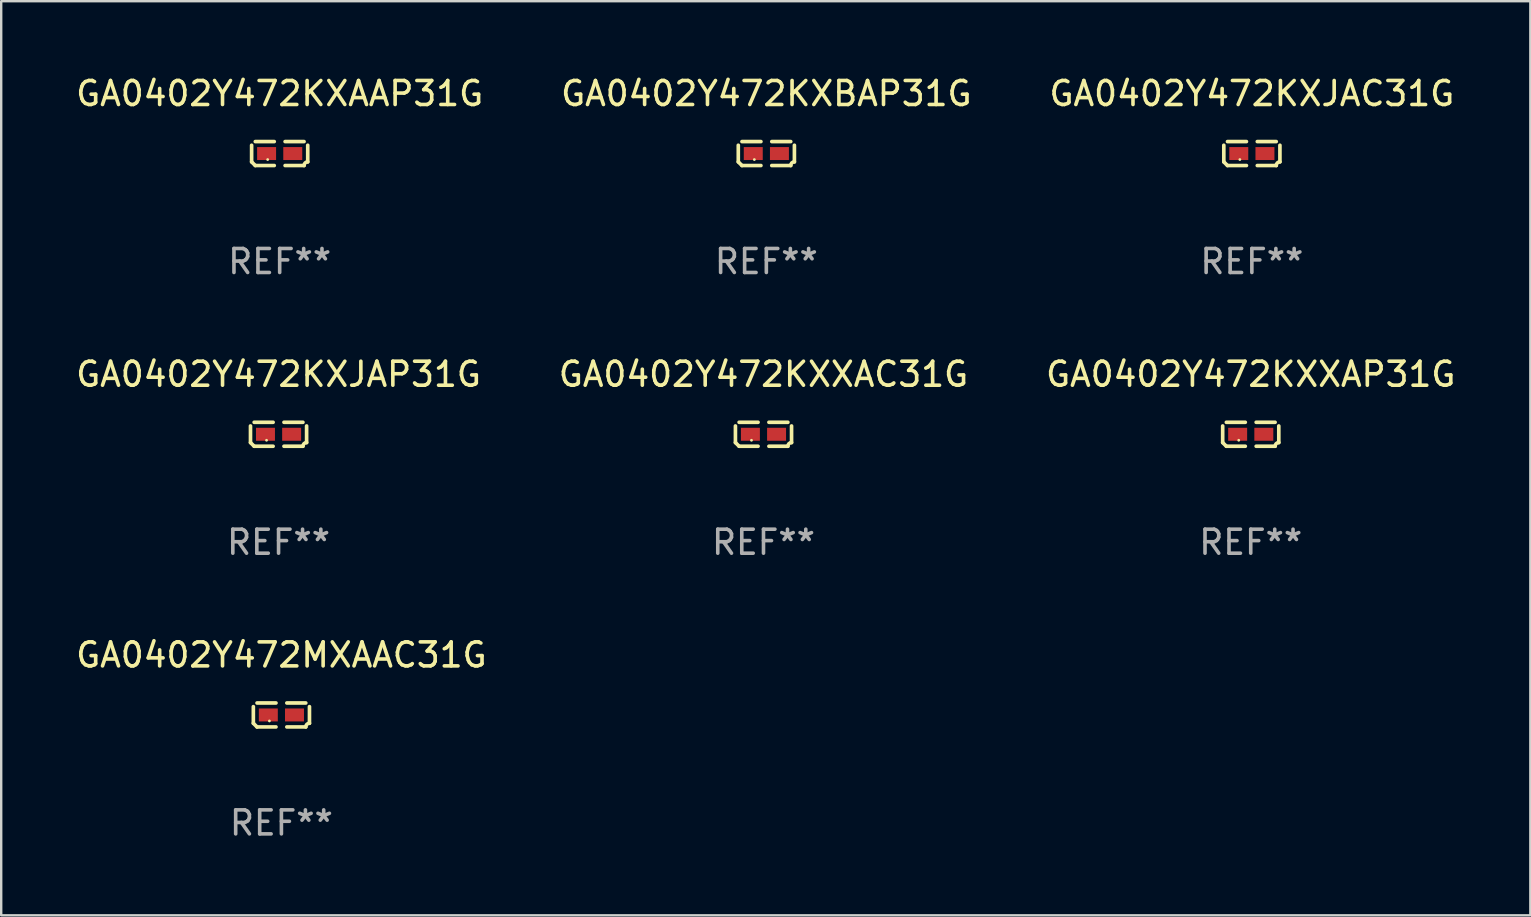
<source format=kicad_pcb>
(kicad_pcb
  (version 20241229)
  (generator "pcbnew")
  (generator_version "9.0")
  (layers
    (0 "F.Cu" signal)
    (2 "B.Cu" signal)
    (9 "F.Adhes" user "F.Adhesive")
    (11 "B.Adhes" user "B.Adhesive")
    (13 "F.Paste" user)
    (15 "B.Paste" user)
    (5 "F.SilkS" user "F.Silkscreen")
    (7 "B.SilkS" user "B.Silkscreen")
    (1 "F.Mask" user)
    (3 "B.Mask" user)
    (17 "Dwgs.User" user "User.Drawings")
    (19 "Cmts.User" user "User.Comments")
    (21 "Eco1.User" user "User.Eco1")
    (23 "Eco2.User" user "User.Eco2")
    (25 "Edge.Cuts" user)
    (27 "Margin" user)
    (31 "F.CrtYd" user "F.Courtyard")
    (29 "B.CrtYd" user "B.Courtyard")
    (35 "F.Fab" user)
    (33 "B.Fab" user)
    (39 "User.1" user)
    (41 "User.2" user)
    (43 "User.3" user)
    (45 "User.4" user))
  (footprint "GA0402Y472KXAAP31G"
    (layer "F.Cu")
    (at 8.601 3.347)
    (property "Reference" "GA0402Y472KXAAP31G" (at 0 -2.499 0) (layer "F.SilkS") (effects (font (size 1 1) (thickness 0.15))))
    (attr through_hole)
    (fp_line (start -1.169 0.346) (end -1.169 -0.346) (stroke (width 0.152) (type solid)) (layer "F.SilkS"))
    (fp_line (start -1.016 -0.499) (end -0.226 -0.499) (stroke (width 0.152) (type solid)) (layer "F.SilkS"))
    (fp_line (start -0.226 0.499) (end -1.016 0.499) (stroke (width 0.152) (type solid)) (layer "F.SilkS"))
    (fp_line (start 0.226 0.499) (end 1.016 0.499) (stroke (width 0.152) (type solid)) (layer "F.SilkS"))
    (fp_line (start 1.016 -0.499) (end 0.226 -0.499) (stroke (width 0.152) (type solid)) (layer "F.SilkS"))
    (fp_line (start 1.169 0.346) (end 1.169 -0.346) (stroke (width 0.152) (type solid)) (layer "F.SilkS"))
    (fp_arc (start -1.016307 0.498603) (mid -1.092512 0.422405) (end -1.16871 0.3462) (stroke (width 0.1524) (type solid)) (layer "F.SilkS"))
    (fp_arc (start 1.016307 0.498603) (mid 1.060899 0.390758) (end 1.168707 0.346076) (stroke (width 0.1524) (type solid)) (layer "F.SilkS"))
    (fp_circle (center -0.5 0.25) (end -0.47 0.25) (stroke (width 0.06) (type solid)) (fill no) (layer "F.SilkS"))
    (fp_text user "REF**" (at 0 4.499 0) (layer "F.Fab") (effects (font (size 1 1) (thickness 0.15))))
    (pad "1" smd rect (at -0.545 0) (size 0.79 0.54) (layers "F.Cu" "F.Mask" "F.Paste"))
    (pad "2" smd rect (at 0.545 0) (size 0.79 0.54) (layers "F.Cu" "F.Mask" "F.Paste")))
  (footprint "GA0402Y472KXXAP31G"
    (layer "F.Cu")
    (at 49.054 15.041)
    (property "Reference" "GA0402Y472KXXAP31G" (at 0 -2.499 0) (layer "F.SilkS") (effects (font (size 1 1) (thickness 0.15))))
    (attr through_hole)
    (fp_line (start -1.169 0.346) (end -1.169 -0.346) (stroke (width 0.152) (type solid)) (layer "F.SilkS"))
    (fp_line (start -1.016 -0.499) (end -0.226 -0.499) (stroke (width 0.152) (type solid)) (layer "F.SilkS"))
    (fp_line (start -0.226 0.499) (end -1.016 0.499) (stroke (width 0.152) (type solid)) (layer "F.SilkS"))
    (fp_line (start 0.226 0.499) (end 1.016 0.499) (stroke (width 0.152) (type solid)) (layer "F.SilkS"))
    (fp_line (start 1.016 -0.499) (end 0.226 -0.499) (stroke (width 0.152) (type solid)) (layer "F.SilkS"))
    (fp_line (start 1.169 0.346) (end 1.169 -0.346) (stroke (width 0.152) (type solid)) (layer "F.SilkS"))
    (fp_arc (start -1.016307 0.498603) (mid -1.092512 0.422405) (end -1.16871 0.3462) (stroke (width 0.1524) (type solid)) (layer "F.SilkS"))
    (fp_arc (start 1.016307 0.498603) (mid 1.060899 0.390758) (end 1.168707 0.346076) (stroke (width 0.1524) (type solid)) (layer "F.SilkS"))
    (fp_circle (center -0.5 0.25) (end -0.47 0.25) (stroke (width 0.06) (type solid)) (fill no) (layer "F.SilkS"))
    (fp_text user "REF**" (at 0 4.499 0) (layer "F.Fab") (effects (font (size 1 1) (thickness 0.15))))
    (pad "1" smd rect (at -0.545 0) (size 0.79 0.54) (layers "F.Cu" "F.Mask" "F.Paste"))
    (pad "2" smd rect (at 0.545 0) (size 0.79 0.54) (layers "F.Cu" "F.Mask" "F.Paste")))
  (footprint "GA0402Y472MXAAC31G"
    (layer "F.Cu")
    (at 8.673 26.734)
    (property "Reference" "GA0402Y472MXAAC31G" (at 0 -2.499 0) (layer "F.SilkS") (effects (font (size 1 1) (thickness 0.15))))
    (attr through_hole)
    (fp_line (start -1.169 0.346) (end -1.169 -0.346) (stroke (width 0.152) (type solid)) (layer "F.SilkS"))
    (fp_line (start -1.016 -0.499) (end -0.226 -0.499) (stroke (width 0.152) (type solid)) (layer "F.SilkS"))
    (fp_line (start -0.226 0.499) (end -1.016 0.499) (stroke (width 0.152) (type solid)) (layer "F.SilkS"))
    (fp_line (start 0.226 0.499) (end 1.016 0.499) (stroke (width 0.152) (type solid)) (layer "F.SilkS"))
    (fp_line (start 1.016 -0.499) (end 0.226 -0.499) (stroke (width 0.152) (type solid)) (layer "F.SilkS"))
    (fp_line (start 1.169 0.346) (end 1.169 -0.346) (stroke (width 0.152) (type solid)) (layer "F.SilkS"))
    (fp_arc (start -1.016307 0.498603) (mid -1.092512 0.422405) (end -1.16871 0.3462) (stroke (width 0.1524) (type solid)) (layer "F.SilkS"))
    (fp_arc (start 1.016307 0.498603) (mid 1.060899 0.390758) (end 1.168707 0.346076) (stroke (width 0.1524) (type solid)) (layer "F.SilkS"))
    (fp_circle (center -0.5 0.25) (end -0.47 0.25) (stroke (width 0.06) (type solid)) (fill no) (layer "F.SilkS"))
    (fp_text user "REF**" (at 0 4.499 0) (layer "F.Fab") (effects (font (size 1 1) (thickness 0.15))))
    (pad "1" smd rect (at -0.545 0) (size 0.79 0.54) (layers "F.Cu" "F.Mask" "F.Paste"))
    (pad "2" smd rect (at 0.545 0) (size 0.79 0.54) (layers "F.Cu" "F.Mask" "F.Paste")))
  (footprint "GA0402Y472KXJAP31G"
    (layer "F.Cu")
    (at 8.554 15.041)
    (property "Reference" "GA0402Y472KXJAP31G" (at 0 -2.499 0) (layer "F.SilkS") (effects (font (size 1 1) (thickness 0.15))))
    (attr through_hole)
    (fp_line (start -1.169 0.346) (end -1.169 -0.346) (stroke (width 0.152) (type solid)) (layer "F.SilkS"))
    (fp_line (start -1.016 -0.499) (end -0.226 -0.499) (stroke (width 0.152) (type solid)) (layer "F.SilkS"))
    (fp_line (start -0.226 0.499) (end -1.016 0.499) (stroke (width 0.152) (type solid)) (layer "F.SilkS"))
    (fp_line (start 0.226 0.499) (end 1.016 0.499) (stroke (width 0.152) (type solid)) (layer "F.SilkS"))
    (fp_line (start 1.016 -0.499) (end 0.226 -0.499) (stroke (width 0.152) (type solid)) (layer "F.SilkS"))
    (fp_line (start 1.169 0.346) (end 1.169 -0.346) (stroke (width 0.152) (type solid)) (layer "F.SilkS"))
    (fp_arc (start -1.016307 0.498603) (mid -1.092512 0.422405) (end -1.16871 0.3462) (stroke (width 0.1524) (type solid)) (layer "F.SilkS"))
    (fp_arc (start 1.016307 0.498603) (mid 1.060899 0.390758) (end 1.168707 0.346076) (stroke (width 0.1524) (type solid)) (layer "F.SilkS"))
    (fp_circle (center -0.5 0.25) (end -0.47 0.25) (stroke (width 0.06) (type solid)) (fill no) (layer "F.SilkS"))
    (fp_text user "REF**" (at 0 4.499 0) (layer "F.Fab") (effects (font (size 1 1) (thickness 0.15))))
    (pad "1" smd rect (at -0.545 0) (size 0.79 0.54) (layers "F.Cu" "F.Mask" "F.Paste"))
    (pad "2" smd rect (at 0.545 0) (size 0.79 0.54) (layers "F.Cu" "F.Mask" "F.Paste")))
  (footprint "GA0402Y472KXBAP31G"
    (layer "F.Cu")
    (at 28.875 3.347)
    (property "Reference" "GA0402Y472KXBAP31G" (at 0 -2.499 0) (layer "F.SilkS") (effects (font (size 1 1) (thickness 0.15))))
    (attr through_hole)
    (fp_line (start -1.169 0.346) (end -1.169 -0.346) (stroke (width 0.152) (type solid)) (layer "F.SilkS"))
    (fp_line (start -1.016 -0.499) (end -0.226 -0.499) (stroke (width 0.152) (type solid)) (layer "F.SilkS"))
    (fp_line (start -0.226 0.499) (end -1.016 0.499) (stroke (width 0.152) (type solid)) (layer "F.SilkS"))
    (fp_line (start 0.226 0.499) (end 1.016 0.499) (stroke (width 0.152) (type solid)) (layer "F.SilkS"))
    (fp_line (start 1.016 -0.499) (end 0.226 -0.499) (stroke (width 0.152) (type solid)) (layer "F.SilkS"))
    (fp_line (start 1.169 0.346) (end 1.169 -0.346) (stroke (width 0.152) (type solid)) (layer "F.SilkS"))
    (fp_arc (start -1.016307 0.498603) (mid -1.092512 0.422405) (end -1.16871 0.3462) (stroke (width 0.1524) (type solid)) (layer "F.SilkS"))
    (fp_arc (start 1.016307 0.498603) (mid 1.060899 0.390758) (end 1.168707 0.346076) (stroke (width 0.1524) (type solid)) (layer "F.SilkS"))
    (fp_circle (center -0.5 0.25) (end -0.47 0.25) (stroke (width 0.06) (type solid)) (fill no) (layer "F.SilkS"))
    (fp_text user "REF**" (at 0 4.499 0) (layer "F.Fab") (effects (font (size 1 1) (thickness 0.15))))
    (pad "1" smd rect (at -0.545 0) (size 0.79 0.54) (layers "F.Cu" "F.Mask" "F.Paste"))
    (pad "2" smd rect (at 0.545 0) (size 0.79 0.54) (layers "F.Cu" "F.Mask" "F.Paste")))
  (footprint "GA0402Y472KXJAC31G"
    (layer "F.Cu")
    (at 49.101 3.347)
    (property "Reference" "GA0402Y472KXJAC31G" (at 0 -2.499 0) (layer "F.SilkS") (effects (font (size 1 1) (thickness 0.15))))
    (attr through_hole)
    (fp_line (start -1.169 0.346) (end -1.169 -0.346) (stroke (width 0.152) (type solid)) (layer "F.SilkS"))
    (fp_line (start -1.016 -0.499) (end -0.226 -0.499) (stroke (width 0.152) (type solid)) (layer "F.SilkS"))
    (fp_line (start -0.226 0.499) (end -1.016 0.499) (stroke (width 0.152) (type solid)) (layer "F.SilkS"))
    (fp_line (start 0.226 0.499) (end 1.016 0.499) (stroke (width 0.152) (type solid)) (layer "F.SilkS"))
    (fp_line (start 1.016 -0.499) (end 0.226 -0.499) (stroke (width 0.152) (type solid)) (layer "F.SilkS"))
    (fp_line (start 1.169 0.346) (end 1.169 -0.346) (stroke (width 0.152) (type solid)) (layer "F.SilkS"))
    (fp_arc (start -1.016307 0.498603) (mid -1.092512 0.422405) (end -1.16871 0.3462) (stroke (width 0.1524) (type solid)) (layer "F.SilkS"))
    (fp_arc (start 1.016307 0.498603) (mid 1.060899 0.390758) (end 1.168707 0.346076) (stroke (width 0.1524) (type solid)) (layer "F.SilkS"))
    (fp_circle (center -0.5 0.25) (end -0.47 0.25) (stroke (width 0.06) (type solid)) (fill no) (layer "F.SilkS"))
    (fp_text user "REF**" (at 0 4.499 0) (layer "F.Fab") (effects (font (size 1 1) (thickness 0.15))))
    (pad "1" smd rect (at -0.545 0) (size 0.79 0.54) (layers "F.Cu" "F.Mask" "F.Paste"))
    (pad "2" smd rect (at 0.545 0) (size 0.79 0.54) (layers "F.Cu" "F.Mask" "F.Paste")))
  (footprint "GA0402Y472KXXAC31G"
    (layer "F.Cu")
    (at 28.756 15.041)
    (property "Reference" "GA0402Y472KXXAC31G" (at 0 -2.499 0) (layer "F.SilkS") (effects (font (size 1 1) (thickness 0.15))))
    (attr through_hole)
    (fp_line (start -1.169 0.346) (end -1.169 -0.346) (stroke (width 0.152) (type solid)) (layer "F.SilkS"))
    (fp_line (start -1.016 -0.499) (end -0.226 -0.499) (stroke (width 0.152) (type solid)) (layer "F.SilkS"))
    (fp_line (start -0.226 0.499) (end -1.016 0.499) (stroke (width 0.152) (type solid)) (layer "F.SilkS"))
    (fp_line (start 0.226 0.499) (end 1.016 0.499) (stroke (width 0.152) (type solid)) (layer "F.SilkS"))
    (fp_line (start 1.016 -0.499) (end 0.226 -0.499) (stroke (width 0.152) (type solid)) (layer "F.SilkS"))
    (fp_line (start 1.169 0.346) (end 1.169 -0.346) (stroke (width 0.152) (type solid)) (layer "F.SilkS"))
    (fp_arc (start -1.016307 0.498603) (mid -1.092512 0.422405) (end -1.16871 0.3462) (stroke (width 0.1524) (type solid)) (layer "F.SilkS"))
    (fp_arc (start 1.016307 0.498603) (mid 1.060899 0.390758) (end 1.168707 0.346076) (stroke (width 0.1524) (type solid)) (layer "F.SilkS"))
    (fp_circle (center -0.5 0.25) (end -0.47 0.25) (stroke (width 0.06) (type solid)) (fill no) (layer "F.SilkS"))
    (fp_text user "REF**" (at 0 4.499 0) (layer "F.Fab") (effects (font (size 1 1) (thickness 0.15))))
    (pad "1" smd rect (at -0.545 0) (size 0.79 0.54) (layers "F.Cu" "F.Mask" "F.Paste"))
    (pad "2" smd rect (at 0.545 0) (size 0.79 0.54) (layers "F.Cu" "F.Mask" "F.Paste")))
  (gr_rect
    (start -3 -3)
    (end 60.702 35.081)
    (stroke (width 0.1) (type default))
    (fill no)
    (layer "Edge.Cuts")))
</source>
